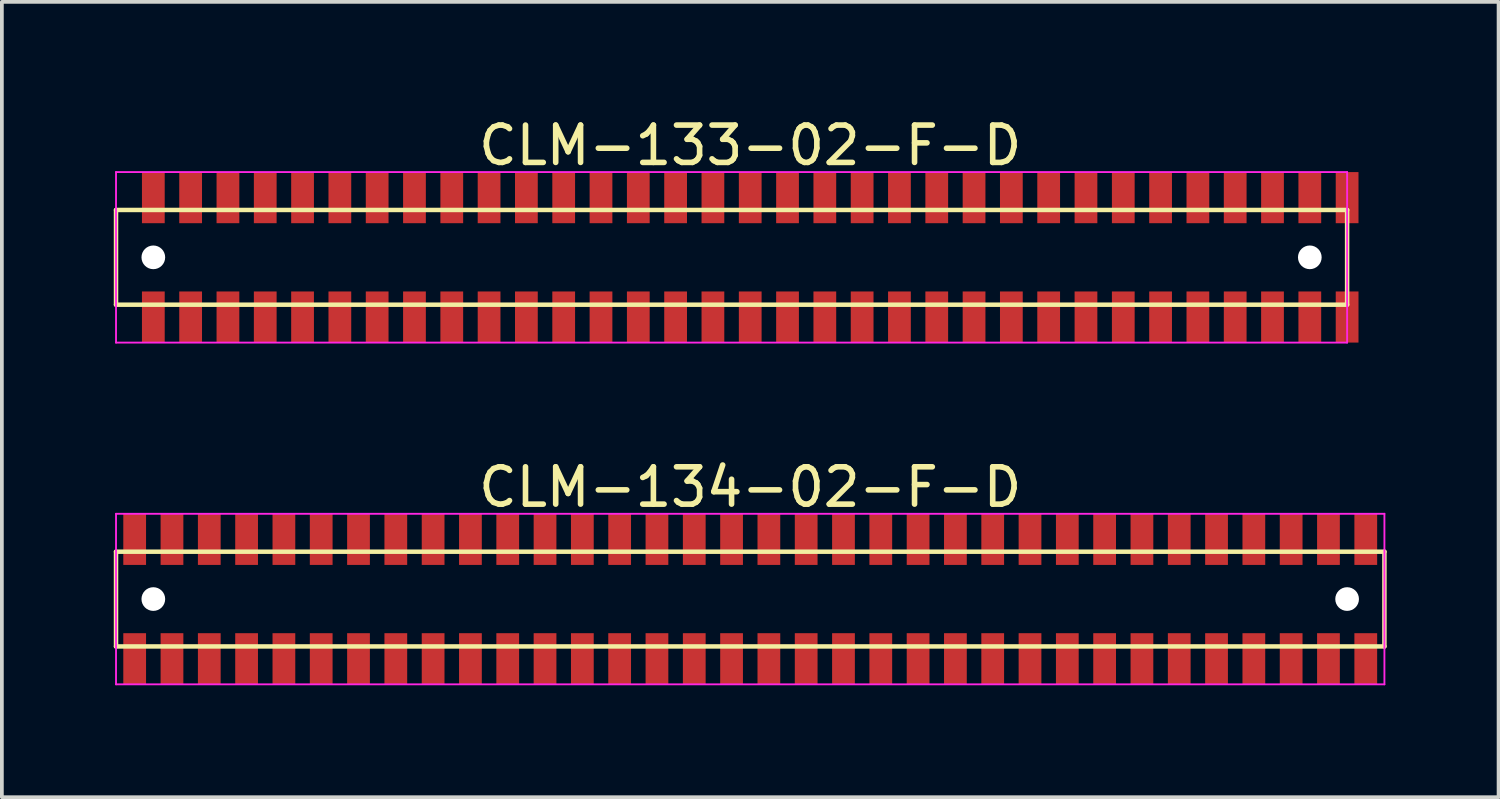
<source format=kicad_pcb>
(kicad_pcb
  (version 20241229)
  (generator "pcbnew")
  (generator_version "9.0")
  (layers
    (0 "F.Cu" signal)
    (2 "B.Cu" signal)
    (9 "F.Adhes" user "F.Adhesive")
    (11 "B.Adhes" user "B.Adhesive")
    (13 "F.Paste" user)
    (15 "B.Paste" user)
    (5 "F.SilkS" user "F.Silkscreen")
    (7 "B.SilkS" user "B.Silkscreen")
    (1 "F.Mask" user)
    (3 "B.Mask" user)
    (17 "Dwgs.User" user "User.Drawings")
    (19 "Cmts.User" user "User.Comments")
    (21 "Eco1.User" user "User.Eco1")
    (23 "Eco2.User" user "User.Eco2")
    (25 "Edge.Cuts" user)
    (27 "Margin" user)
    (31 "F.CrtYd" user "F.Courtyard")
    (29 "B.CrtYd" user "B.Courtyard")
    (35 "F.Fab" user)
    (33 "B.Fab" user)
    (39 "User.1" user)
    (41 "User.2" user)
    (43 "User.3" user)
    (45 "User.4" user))
  (footprint "CLM-133-02-F-D"
    (layer "F.Cu")
    (at 17.06 3.848)
    (property "Reference" "CLM-133-02-F-D" (at 0 -3 0) (layer "F.SilkS") (effects (font (size 1 1) (thickness 0.15))))
    (attr through_hole)
    (fp_line (start -17 -1.27) (end -17 1.27) (stroke (width 0.12) (type solid)) (layer "F.SilkS"))
    (fp_line (start -17 1.27) (end 16 1.27) (stroke (width 0.12) (type solid)) (layer "F.SilkS"))
    (fp_line (start 16 -1.27) (end -17 -1.27) (stroke (width 0.12) (type solid)) (layer "F.SilkS"))
    (fp_line (start 16 1.27) (end 16 -1.27) (stroke (width 0.12) (type solid)) (layer "F.SilkS"))
    (fp_line (start -17 -2.286) (end -17 2.286) (stroke (width 0.05) (type solid)) (layer "F.CrtYd"))
    (fp_line (start -17 2.286) (end 16 2.286) (stroke (width 0.05) (type solid)) (layer "F.CrtYd"))
    (fp_line (start 16 -2.286) (end -17 -2.286) (stroke (width 0.05) (type solid)) (layer "F.CrtYd"))
    (fp_line (start 16 2.286) (end 16 -2.286) (stroke (width 0.05) (type solid)) (layer "F.CrtYd"))
    (pad "" np_thru_hole circle (at -16 0) (size 0.635 0.635) (drill 0.635) (layers "*.Cu" "*.Mask"))
    (pad "" np_thru_hole circle (at 15 0) (size 0.635 0.635) (drill 0.635) (layers "*.Cu" "*.Mask"))
    (pad "1" smd rect (at -16 -1.6) (size 0.61 1.37) (layers "F.Cu" "F.Mask" "F.Paste"))
    (pad "2" smd rect (at -16 1.6) (size 0.61 1.37) (layers "F.Cu" "F.Mask" "F.Paste"))
    (pad "3" smd rect (at -15 -1.6) (size 0.61 1.37) (layers "F.Cu" "F.Mask" "F.Paste"))
    (pad "4" smd rect (at -15 1.6) (size 0.61 1.37) (layers "F.Cu" "F.Mask" "F.Paste"))
    (pad "5" smd rect (at -14 -1.6) (size 0.61 1.37) (layers "F.Cu" "F.Mask" "F.Paste"))
    (pad "6" smd rect (at -14 1.6) (size 0.61 1.37) (layers "F.Cu" "F.Mask" "F.Paste"))
    (pad "7" smd rect (at -13 -1.6) (size 0.61 1.37) (layers "F.Cu" "F.Mask" "F.Paste"))
    (pad "8" smd rect (at -13 1.6) (size 0.61 1.37) (layers "F.Cu" "F.Mask" "F.Paste"))
    (pad "9" smd rect (at -12 -1.6) (size 0.61 1.37) (layers "F.Cu" "F.Mask" "F.Paste"))
    (pad "10" smd rect (at -12 1.6) (size 0.61 1.37) (layers "F.Cu" "F.Mask" "F.Paste"))
    (pad "11" smd rect (at -11 -1.6) (size 0.61 1.37) (layers "F.Cu" "F.Mask" "F.Paste"))
    (pad "12" smd rect (at -11 1.6) (size 0.61 1.37) (layers "F.Cu" "F.Mask" "F.Paste"))
    (pad "13" smd rect (at -10 -1.6) (size 0.61 1.37) (layers "F.Cu" "F.Mask" "F.Paste"))
    (pad "14" smd rect (at -10 1.6) (size 0.61 1.37) (layers "F.Cu" "F.Mask" "F.Paste"))
    (pad "15" smd rect (at -9 -1.6) (size 0.61 1.37) (layers "F.Cu" "F.Mask" "F.Paste"))
    (pad "16" smd rect (at -9 1.6) (size 0.61 1.37) (layers "F.Cu" "F.Mask" "F.Paste"))
    (pad "17" smd rect (at -8 -1.6) (size 0.61 1.37) (layers "F.Cu" "F.Mask" "F.Paste"))
    (pad "18" smd rect (at -8 1.6) (size 0.61 1.37) (layers "F.Cu" "F.Mask" "F.Paste"))
    (pad "19" smd rect (at -7 -1.6) (size 0.61 1.37) (layers "F.Cu" "F.Mask" "F.Paste"))
    (pad "20" smd rect (at -7 1.6) (size 0.61 1.37) (layers "F.Cu" "F.Mask" "F.Paste"))
    (pad "21" smd rect (at -6 -1.6) (size 0.61 1.37) (layers "F.Cu" "F.Mask" "F.Paste"))
    (pad "22" smd rect (at -6 1.6) (size 0.61 1.37) (layers "F.Cu" "F.Mask" "F.Paste"))
    (pad "23" smd rect (at -5 -1.6) (size 0.61 1.37) (layers "F.Cu" "F.Mask" "F.Paste"))
    (pad "24" smd rect (at -5 1.6) (size 0.61 1.37) (layers "F.Cu" "F.Mask" "F.Paste"))
    (pad "25" smd rect (at -4 -1.6) (size 0.61 1.37) (layers "F.Cu" "F.Mask" "F.Paste"))
    (pad "26" smd rect (at -4 1.6) (size 0.61 1.37) (layers "F.Cu" "F.Mask" "F.Paste"))
    (pad "27" smd rect (at -3 -1.6) (size 0.61 1.37) (layers "F.Cu" "F.Mask" "F.Paste"))
    (pad "28" smd rect (at -3 1.6) (size 0.61 1.37) (layers "F.Cu" "F.Mask" "F.Paste"))
    (pad "29" smd rect (at -2 -1.6) (size 0.61 1.37) (layers "F.Cu" "F.Mask" "F.Paste"))
    (pad "30" smd rect (at -2 1.6) (size 0.61 1.37) (layers "F.Cu" "F.Mask" "F.Paste"))
    (pad "31" smd rect (at -1 -1.6) (size 0.61 1.37) (layers "F.Cu" "F.Mask" "F.Paste"))
    (pad "32" smd rect (at -1 1.6) (size 0.61 1.37) (layers "F.Cu" "F.Mask" "F.Paste"))
    (pad "33" smd rect (at 0 -1.6) (size 0.61 1.37) (layers "F.Cu" "F.Mask" "F.Paste"))
    (pad "34" smd rect (at 0 1.6) (size 0.61 1.37) (layers "F.Cu" "F.Mask" "F.Paste"))
    (pad "35" smd rect (at 1 -1.6) (size 0.61 1.37) (layers "F.Cu" "F.Mask" "F.Paste"))
    (pad "36" smd rect (at 1 1.6) (size 0.61 1.37) (layers "F.Cu" "F.Mask" "F.Paste"))
    (pad "37" smd rect (at 2 -1.6) (size 0.61 1.37) (layers "F.Cu" "F.Mask" "F.Paste"))
    (pad "38" smd rect (at 2 1.6) (size 0.61 1.37) (layers "F.Cu" "F.Mask" "F.Paste"))
    (pad "39" smd rect (at 3 -1.6) (size 0.61 1.37) (layers "F.Cu" "F.Mask" "F.Paste"))
    (pad "40" smd rect (at 3 1.6) (size 0.61 1.37) (layers "F.Cu" "F.Mask" "F.Paste"))
    (pad "41" smd rect (at 4 -1.6) (size 0.61 1.37) (layers "F.Cu" "F.Mask" "F.Paste"))
    (pad "42" smd rect (at 4 1.6) (size 0.61 1.37) (layers "F.Cu" "F.Mask" "F.Paste"))
    (pad "43" smd rect (at 5 -1.6) (size 0.61 1.37) (layers "F.Cu" "F.Mask" "F.Paste"))
    (pad "44" smd rect (at 5 1.6) (size 0.61 1.37) (layers "F.Cu" "F.Mask" "F.Paste"))
    (pad "45" smd rect (at 6 -1.6) (size 0.61 1.37) (layers "F.Cu" "F.Mask" "F.Paste"))
    (pad "46" smd rect (at 6 1.6) (size 0.61 1.37) (layers "F.Cu" "F.Mask" "F.Paste"))
    (pad "47" smd rect (at 7 -1.6) (size 0.61 1.37) (layers "F.Cu" "F.Mask" "F.Paste"))
    (pad "48" smd rect (at 7 1.6) (size 0.61 1.37) (layers "F.Cu" "F.Mask" "F.Paste"))
    (pad "49" smd rect (at 8 -1.6) (size 0.61 1.37) (layers "F.Cu" "F.Mask" "F.Paste"))
    (pad "50" smd rect (at 8 1.6) (size 0.61 1.37) (layers "F.Cu" "F.Mask" "F.Paste"))
    (pad "51" smd rect (at 9 -1.6) (size 0.61 1.37) (layers "F.Cu" "F.Mask" "F.Paste"))
    (pad "52" smd rect (at 9 1.6) (size 0.61 1.37) (layers "F.Cu" "F.Mask" "F.Paste"))
    (pad "53" smd rect (at 10 -1.6) (size 0.61 1.37) (layers "F.Cu" "F.Mask" "F.Paste"))
    (pad "54" smd rect (at 10 1.6) (size 0.61 1.37) (layers "F.Cu" "F.Mask" "F.Paste"))
    (pad "55" smd rect (at 11 -1.6) (size 0.61 1.37) (layers "F.Cu" "F.Mask" "F.Paste"))
    (pad "56" smd rect (at 11 1.6) (size 0.61 1.37) (layers "F.Cu" "F.Mask" "F.Paste"))
    (pad "57" smd rect (at 12 -1.6) (size 0.61 1.37) (layers "F.Cu" "F.Mask" "F.Paste"))
    (pad "58" smd rect (at 12 1.6) (size 0.61 1.37) (layers "F.Cu" "F.Mask" "F.Paste"))
    (pad "59" smd rect (at 13 -1.6) (size 0.61 1.37) (layers "F.Cu" "F.Mask" "F.Paste"))
    (pad "60" smd rect (at 13 1.6) (size 0.61 1.37) (layers "F.Cu" "F.Mask" "F.Paste"))
    (pad "61" smd rect (at 14 -1.6) (size 0.61 1.37) (layers "F.Cu" "F.Mask" "F.Paste"))
    (pad "62" smd rect (at 14 1.6) (size 0.61 1.37) (layers "F.Cu" "F.Mask" "F.Paste"))
    (pad "63" smd rect (at 15 -1.6) (size 0.61 1.37) (layers "F.Cu" "F.Mask" "F.Paste"))
    (pad "64" smd rect (at 15 1.6) (size 0.61 1.37) (layers "F.Cu" "F.Mask" "F.Paste"))
    (pad "65" smd rect (at 16 -1.6) (size 0.61 1.37) (layers "F.Cu" "F.Mask" "F.Paste"))
    (pad "66" smd rect (at 16 1.6) (size 0.61 1.37) (layers "F.Cu" "F.Mask" "F.Paste")))
  (footprint "CLM-134-02-F-D"
    (layer "F.Cu")
    (at 17.06 13.008)
    (property "Reference" "CLM-134-02-F-D" (at 0 -3 0) (layer "F.SilkS") (effects (font (size 1 1) (thickness 0.15))))
    (attr through_hole)
    (fp_line (start -17 -1.27) (end -17 1.27) (stroke (width 0.12) (type solid)) (layer "F.SilkS"))
    (fp_line (start -17 1.27) (end 17 1.27) (stroke (width 0.12) (type solid)) (layer "F.SilkS"))
    (fp_line (start 17 -1.27) (end -17 -1.27) (stroke (width 0.12) (type solid)) (layer "F.SilkS"))
    (fp_line (start 17 1.27) (end 17 -1.27) (stroke (width 0.12) (type solid)) (layer "F.SilkS"))
    (fp_line (start -17 -2.286) (end -17 2.286) (stroke (width 0.05) (type solid)) (layer "F.CrtYd"))
    (fp_line (start -17 2.286) (end 17 2.286) (stroke (width 0.05) (type solid)) (layer "F.CrtYd"))
    (fp_line (start 17 -2.286) (end -17 -2.286) (stroke (width 0.05) (type solid)) (layer "F.CrtYd"))
    (fp_line (start 17 2.286) (end 17 -2.286) (stroke (width 0.05) (type solid)) (layer "F.CrtYd"))
    (pad "" np_thru_hole circle (at -16 0) (size 0.635 0.635) (drill 0.635) (layers "*.Cu" "*.Mask"))
    (pad "" np_thru_hole circle (at 16 0) (size 0.635 0.635) (drill 0.635) (layers "*.Cu" "*.Mask"))
    (pad "1" smd rect (at -16.5 -1.6) (size 0.61 1.37) (layers "F.Cu" "F.Mask" "F.Paste"))
    (pad "2" smd rect (at -16.5 1.6) (size 0.61 1.37) (layers "F.Cu" "F.Mask" "F.Paste"))
    (pad "3" smd rect (at -15.5 -1.6) (size 0.61 1.37) (layers "F.Cu" "F.Mask" "F.Paste"))
    (pad "4" smd rect (at -15.5 1.6) (size 0.61 1.37) (layers "F.Cu" "F.Mask" "F.Paste"))
    (pad "5" smd rect (at -14.5 -1.6) (size 0.61 1.37) (layers "F.Cu" "F.Mask" "F.Paste"))
    (pad "6" smd rect (at -14.5 1.6) (size 0.61 1.37) (layers "F.Cu" "F.Mask" "F.Paste"))
    (pad "7" smd rect (at -13.5 -1.6) (size 0.61 1.37) (layers "F.Cu" "F.Mask" "F.Paste"))
    (pad "8" smd rect (at -13.5 1.6) (size 0.61 1.37) (layers "F.Cu" "F.Mask" "F.Paste"))
    (pad "9" smd rect (at -12.5 -1.6) (size 0.61 1.37) (layers "F.Cu" "F.Mask" "F.Paste"))
    (pad "10" smd rect (at -12.5 1.6) (size 0.61 1.37) (layers "F.Cu" "F.Mask" "F.Paste"))
    (pad "11" smd rect (at -11.5 -1.6) (size 0.61 1.37) (layers "F.Cu" "F.Mask" "F.Paste"))
    (pad "12" smd rect (at -11.5 1.6) (size 0.61 1.37) (layers "F.Cu" "F.Mask" "F.Paste"))
    (pad "13" smd rect (at -10.5 -1.6) (size 0.61 1.37) (layers "F.Cu" "F.Mask" "F.Paste"))
    (pad "14" smd rect (at -10.5 1.6) (size 0.61 1.37) (layers "F.Cu" "F.Mask" "F.Paste"))
    (pad "15" smd rect (at -9.5 -1.6) (size 0.61 1.37) (layers "F.Cu" "F.Mask" "F.Paste"))
    (pad "16" smd rect (at -9.5 1.6) (size 0.61 1.37) (layers "F.Cu" "F.Mask" "F.Paste"))
    (pad "17" smd rect (at -8.5 -1.6) (size 0.61 1.37) (layers "F.Cu" "F.Mask" "F.Paste"))
    (pad "18" smd rect (at -8.5 1.6) (size 0.61 1.37) (layers "F.Cu" "F.Mask" "F.Paste"))
    (pad "19" smd rect (at -7.5 -1.6) (size 0.61 1.37) (layers "F.Cu" "F.Mask" "F.Paste"))
    (pad "20" smd rect (at -7.5 1.6) (size 0.61 1.37) (layers "F.Cu" "F.Mask" "F.Paste"))
    (pad "21" smd rect (at -6.5 -1.6) (size 0.61 1.37) (layers "F.Cu" "F.Mask" "F.Paste"))
    (pad "22" smd rect (at -6.5 1.6) (size 0.61 1.37) (layers "F.Cu" "F.Mask" "F.Paste"))
    (pad "23" smd rect (at -5.5 -1.6) (size 0.61 1.37) (layers "F.Cu" "F.Mask" "F.Paste"))
    (pad "24" smd rect (at -5.5 1.6) (size 0.61 1.37) (layers "F.Cu" "F.Mask" "F.Paste"))
    (pad "25" smd rect (at -4.5 -1.6) (size 0.61 1.37) (layers "F.Cu" "F.Mask" "F.Paste"))
    (pad "26" smd rect (at -4.5 1.6) (size 0.61 1.37) (layers "F.Cu" "F.Mask" "F.Paste"))
    (pad "27" smd rect (at -3.5 -1.6) (size 0.61 1.37) (layers "F.Cu" "F.Mask" "F.Paste"))
    (pad "28" smd rect (at -3.5 1.6) (size 0.61 1.37) (layers "F.Cu" "F.Mask" "F.Paste"))
    (pad "29" smd rect (at -2.5 -1.6) (size 0.61 1.37) (layers "F.Cu" "F.Mask" "F.Paste"))
    (pad "30" smd rect (at -2.5 1.6) (size 0.61 1.37) (layers "F.Cu" "F.Mask" "F.Paste"))
    (pad "31" smd rect (at -1.5 -1.6) (size 0.61 1.37) (layers "F.Cu" "F.Mask" "F.Paste"))
    (pad "32" smd rect (at -1.5 1.6) (size 0.61 1.37) (layers "F.Cu" "F.Mask" "F.Paste"))
    (pad "33" smd rect (at -0.5 -1.6) (size 0.61 1.37) (layers "F.Cu" "F.Mask" "F.Paste"))
    (pad "34" smd rect (at -0.5 1.6) (size 0.61 1.37) (layers "F.Cu" "F.Mask" "F.Paste"))
    (pad "35" smd rect (at 0.5 -1.6) (size 0.61 1.37) (layers "F.Cu" "F.Mask" "F.Paste"))
    (pad "36" smd rect (at 0.5 1.6) (size 0.61 1.37) (layers "F.Cu" "F.Mask" "F.Paste"))
    (pad "37" smd rect (at 1.5 -1.6) (size 0.61 1.37) (layers "F.Cu" "F.Mask" "F.Paste"))
    (pad "38" smd rect (at 1.5 1.6) (size 0.61 1.37) (layers "F.Cu" "F.Mask" "F.Paste"))
    (pad "39" smd rect (at 2.5 -1.6) (size 0.61 1.37) (layers "F.Cu" "F.Mask" "F.Paste"))
    (pad "40" smd rect (at 2.5 1.6) (size 0.61 1.37) (layers "F.Cu" "F.Mask" "F.Paste"))
    (pad "41" smd rect (at 3.5 -1.6) (size 0.61 1.37) (layers "F.Cu" "F.Mask" "F.Paste"))
    (pad "42" smd rect (at 3.5 1.6) (size 0.61 1.37) (layers "F.Cu" "F.Mask" "F.Paste"))
    (pad "43" smd rect (at 4.5 -1.6) (size 0.61 1.37) (layers "F.Cu" "F.Mask" "F.Paste"))
    (pad "44" smd rect (at 4.5 1.6) (size 0.61 1.37) (layers "F.Cu" "F.Mask" "F.Paste"))
    (pad "45" smd rect (at 5.5 -1.6) (size 0.61 1.37) (layers "F.Cu" "F.Mask" "F.Paste"))
    (pad "46" smd rect (at 5.5 1.6) (size 0.61 1.37) (layers "F.Cu" "F.Mask" "F.Paste"))
    (pad "47" smd rect (at 6.5 -1.6) (size 0.61 1.37) (layers "F.Cu" "F.Mask" "F.Paste"))
    (pad "48" smd rect (at 6.5 1.6) (size 0.61 1.37) (layers "F.Cu" "F.Mask" "F.Paste"))
    (pad "49" smd rect (at 7.5 -1.6) (size 0.61 1.37) (layers "F.Cu" "F.Mask" "F.Paste"))
    (pad "50" smd rect (at 7.5 1.6) (size 0.61 1.37) (layers "F.Cu" "F.Mask" "F.Paste"))
    (pad "51" smd rect (at 8.5 -1.6) (size 0.61 1.37) (layers "F.Cu" "F.Mask" "F.Paste"))
    (pad "52" smd rect (at 8.5 1.6) (size 0.61 1.37) (layers "F.Cu" "F.Mask" "F.Paste"))
    (pad "53" smd rect (at 9.5 -1.6) (size 0.61 1.37) (layers "F.Cu" "F.Mask" "F.Paste"))
    (pad "54" smd rect (at 9.5 1.6) (size 0.61 1.37) (layers "F.Cu" "F.Mask" "F.Paste"))
    (pad "55" smd rect (at 10.5 -1.6) (size 0.61 1.37) (layers "F.Cu" "F.Mask" "F.Paste"))
    (pad "56" smd rect (at 10.5 1.6) (size 0.61 1.37) (layers "F.Cu" "F.Mask" "F.Paste"))
    (pad "57" smd rect (at 11.5 -1.6) (size 0.61 1.37) (layers "F.Cu" "F.Mask" "F.Paste"))
    (pad "58" smd rect (at 11.5 1.6) (size 0.61 1.37) (layers "F.Cu" "F.Mask" "F.Paste"))
    (pad "59" smd rect (at 12.5 -1.6) (size 0.61 1.37) (layers "F.Cu" "F.Mask" "F.Paste"))
    (pad "60" smd rect (at 12.5 1.6) (size 0.61 1.37) (layers "F.Cu" "F.Mask" "F.Paste"))
    (pad "61" smd rect (at 13.5 -1.6) (size 0.61 1.37) (layers "F.Cu" "F.Mask" "F.Paste"))
    (pad "62" smd rect (at 13.5 1.6) (size 0.61 1.37) (layers "F.Cu" "F.Mask" "F.Paste"))
    (pad "63" smd rect (at 14.5 -1.6) (size 0.61 1.37) (layers "F.Cu" "F.Mask" "F.Paste"))
    (pad "64" smd rect (at 14.5 1.6) (size 0.61 1.37) (layers "F.Cu" "F.Mask" "F.Paste"))
    (pad "65" smd rect (at 15.5 -1.6) (size 0.61 1.37) (layers "F.Cu" "F.Mask" "F.Paste"))
    (pad "66" smd rect (at 15.5 1.6) (size 0.61 1.37) (layers "F.Cu" "F.Mask" "F.Paste"))
    (pad "67" smd rect (at 16.5 -1.6) (size 0.61 1.37) (layers "F.Cu" "F.Mask" "F.Paste"))
    (pad "68" smd rect (at 16.5 1.6) (size 0.61 1.37) (layers "F.Cu" "F.Mask" "F.Paste")))
  (gr_rect
    (start -3 -3)
    (end 37.12 18.319)
    (stroke (width 0.1) (type default))
    (fill no)
    (layer "Edge.Cuts")))
</source>
